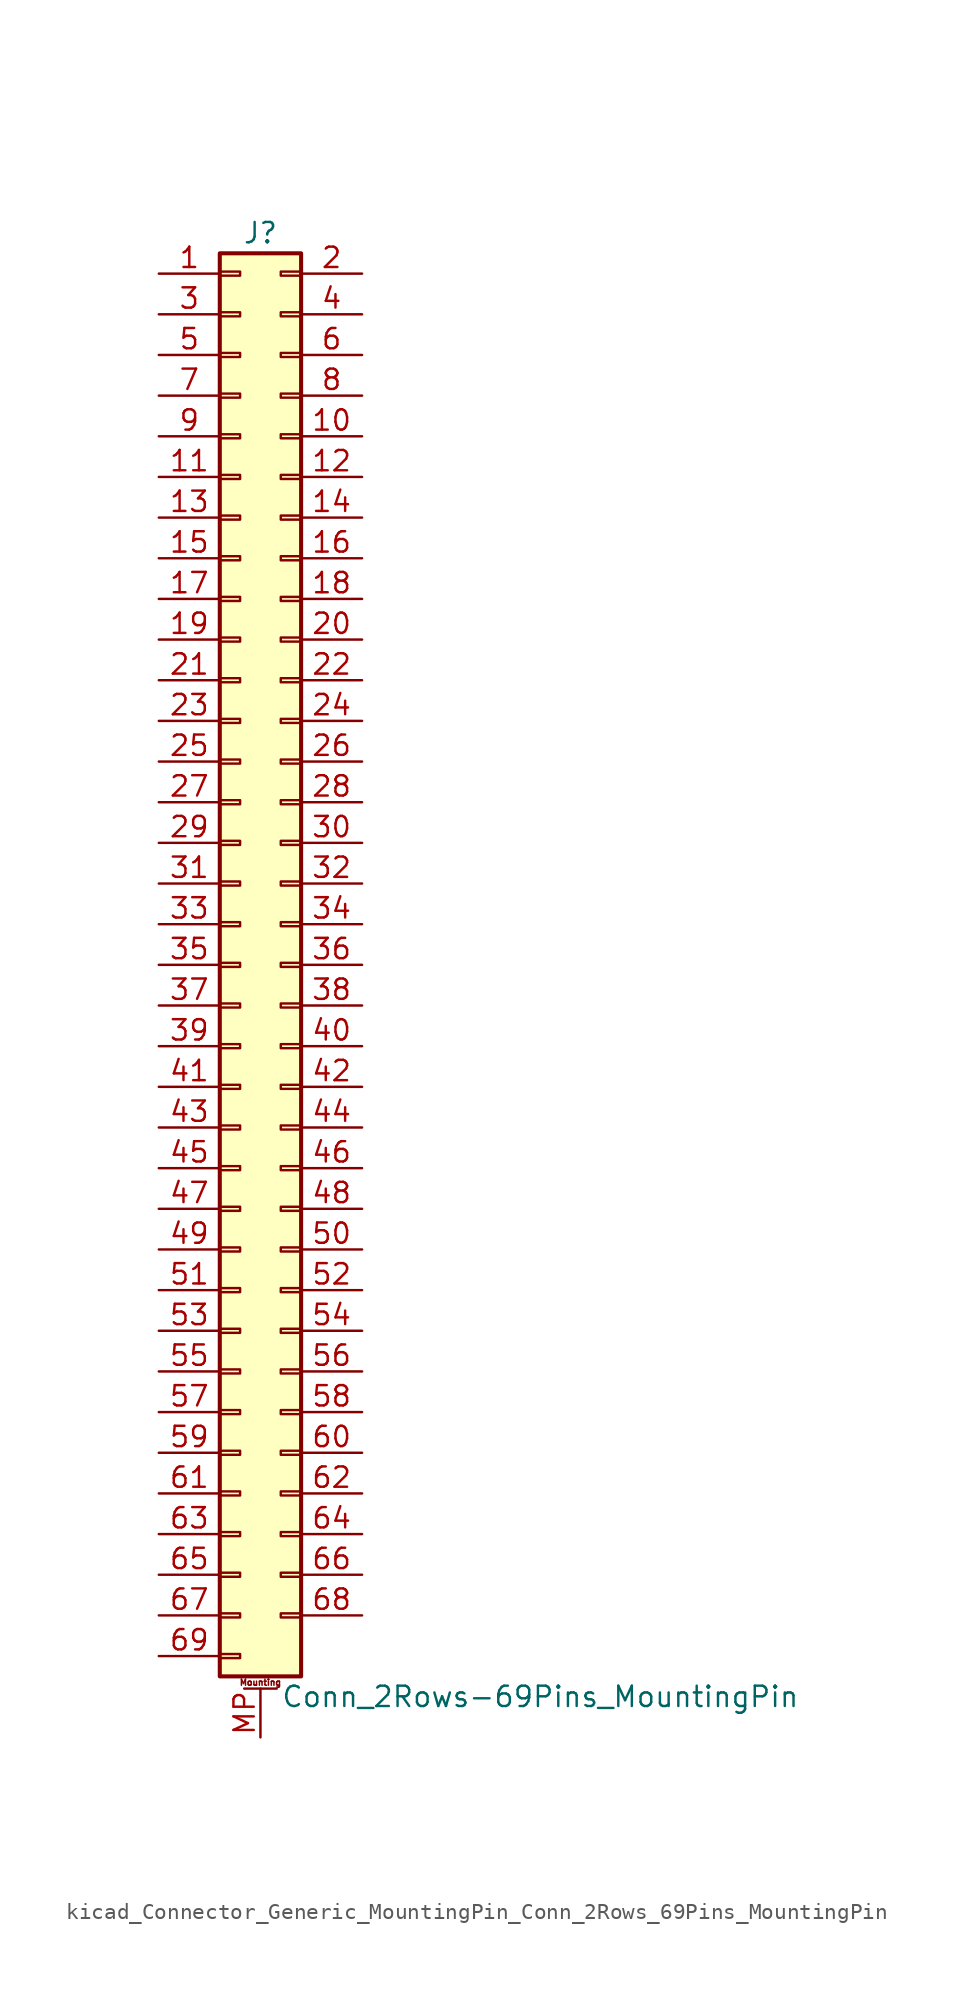
<source format=kicad_sym>
(kicad_symbol_lib
  (version 20220914)
  (generator kicad_symbol_editor)
  (symbol "kicad_Connector_Generic_MountingPin_Conn_2Rows_69Pins_MountingPin"
    (pin_names
      (offset 1.016) hide)
    (property "Reference" "J"
      (at 1.27 45.72 0)
      (effects (font (size 1.27 1.27))))
    (property "Value" "Conn_2Rows-69Pins_MountingPin"
      (at 2.54 -45.72 0)
      (effects (font (size 1.27 1.27)) (justify left)))
    (symbol "kicad_Connector_Generic_MountingPin_Conn_2Rows_69Pins_MountingPin_1_1"
      (rectangle (start -1.27 -43.053) (end 0 -43.307) (stroke (width 0.152) (type default)) (fill (type none)))
      (rectangle (start -1.27 -40.513) (end 0 -40.767) (stroke (width 0.152) (type default)) (fill (type none)))
      (rectangle (start -1.27 -37.973) (end 0 -38.227) (stroke (width 0.152) (type default)) (fill (type none)))
      (rectangle (start -1.27 -35.433) (end 0 -35.687) (stroke (width 0.152) (type default)) (fill (type none)))
      (rectangle (start -1.27 -32.893) (end 0 -33.147) (stroke (width 0.152) (type default)) (fill (type none)))
      (rectangle (start -1.27 -30.353) (end 0 -30.607) (stroke (width 0.152) (type default)) (fill (type none)))
      (rectangle (start -1.27 -27.813) (end 0 -28.067) (stroke (width 0.152) (type default)) (fill (type none)))
      (rectangle (start -1.27 -25.273) (end 0 -25.527) (stroke (width 0.152) (type default)) (fill (type none)))
      (rectangle (start -1.27 -22.733) (end 0 -22.987) (stroke (width 0.152) (type default)) (fill (type none)))
      (rectangle (start -1.27 -20.193) (end 0 -20.447) (stroke (width 0.152) (type default)) (fill (type none)))
      (rectangle (start -1.27 -17.653) (end 0 -17.907) (stroke (width 0.152) (type default)) (fill (type none)))
      (rectangle (start -1.27 -15.113) (end 0 -15.367) (stroke (width 0.152) (type default)) (fill (type none)))
      (rectangle (start -1.27 -12.573) (end 0 -12.827) (stroke (width 0.152) (type default)) (fill (type none)))
      (rectangle (start -1.27 -10.033) (end 0 -10.287) (stroke (width 0.152) (type default)) (fill (type none)))
      (rectangle (start -1.27 -7.493) (end 0 -7.747) (stroke (width 0.152) (type default)) (fill (type none)))
      (rectangle (start -1.27 -4.953) (end 0 -5.207) (stroke (width 0.152) (type default)) (fill (type none)))
      (rectangle (start -1.27 -2.413) (end 0 -2.667) (stroke (width 0.152) (type default)) (fill (type none)))
      (rectangle (start -1.27 0.127) (end 0 -0.127) (stroke (width 0.152) (type default)) (fill (type none)))
      (rectangle (start -1.27 2.667) (end 0 2.413) (stroke (width 0.152) (type default)) (fill (type none)))
      (rectangle (start -1.27 5.207) (end 0 4.953) (stroke (width 0.152) (type default)) (fill (type none)))
      (rectangle (start -1.27 7.747) (end 0 7.493) (stroke (width 0.152) (type default)) (fill (type none)))
      (rectangle (start -1.27 10.287) (end 0 10.033) (stroke (width 0.152) (type default)) (fill (type none)))
      (rectangle (start -1.27 12.827) (end 0 12.573) (stroke (width 0.152) (type default)) (fill (type none)))
      (rectangle (start -1.27 15.367) (end 0 15.113) (stroke (width 0.152) (type default)) (fill (type none)))
      (rectangle (start -1.27 17.907) (end 0 17.653) (stroke (width 0.152) (type default)) (fill (type none)))
      (rectangle (start -1.27 20.447) (end 0 20.193) (stroke (width 0.152) (type default)) (fill (type none)))
      (rectangle (start -1.27 22.987) (end 0 22.733) (stroke (width 0.152) (type default)) (fill (type none)))
      (rectangle (start -1.27 25.527) (end 0 25.273) (stroke (width 0.152) (type default)) (fill (type none)))
      (rectangle (start -1.27 28.067) (end 0 27.813) (stroke (width 0.152) (type default)) (fill (type none)))
      (rectangle (start -1.27 30.607) (end 0 30.353) (stroke (width 0.152) (type default)) (fill (type none)))
      (rectangle (start -1.27 33.147) (end 0 32.893) (stroke (width 0.152) (type default)) (fill (type none)))
      (rectangle (start -1.27 35.687) (end 0 35.433) (stroke (width 0.152) (type default)) (fill (type none)))
      (rectangle (start -1.27 38.227) (end 0 37.973) (stroke (width 0.152) (type default)) (fill (type none)))
      (rectangle (start -1.27 40.767) (end 0 40.513) (stroke (width 0.152) (type default)) (fill (type none)))
      (rectangle (start -1.27 43.307) (end 0 43.053) (stroke (width 0.152) (type default)) (fill (type none)))
      (rectangle (start -1.27 44.45) (end 3.81 -44.45) (stroke (width 0.254) (type default)) (fill (type background)))
      (polyline (pts (xy 0.254 -45.212) (xy 2.286 -45.212)) (stroke (width 0.152) (type default)) (fill (type none)))
      (rectangle (start 3.81 -40.513) (end 2.54 -40.767) (stroke (width 0.152) (type default)) (fill (type none)))
      (rectangle (start 3.81 -37.973) (end 2.54 -38.227) (stroke (width 0.152) (type default)) (fill (type none)))
      (rectangle (start 3.81 -35.433) (end 2.54 -35.687) (stroke (width 0.152) (type default)) (fill (type none)))
      (rectangle (start 3.81 -32.893) (end 2.54 -33.147) (stroke (width 0.152) (type default)) (fill (type none)))
      (rectangle (start 3.81 -30.353) (end 2.54 -30.607) (stroke (width 0.152) (type default)) (fill (type none)))
      (rectangle (start 3.81 -27.813) (end 2.54 -28.067) (stroke (width 0.152) (type default)) (fill (type none)))
      (rectangle (start 3.81 -25.273) (end 2.54 -25.527) (stroke (width 0.152) (type default)) (fill (type none)))
      (rectangle (start 3.81 -22.733) (end 2.54 -22.987) (stroke (width 0.152) (type default)) (fill (type none)))
      (rectangle (start 3.81 -20.193) (end 2.54 -20.447) (stroke (width 0.152) (type default)) (fill (type none)))
      (rectangle (start 3.81 -17.653) (end 2.54 -17.907) (stroke (width 0.152) (type default)) (fill (type none)))
      (rectangle (start 3.81 -15.113) (end 2.54 -15.367) (stroke (width 0.152) (type default)) (fill (type none)))
      (rectangle (start 3.81 -12.573) (end 2.54 -12.827) (stroke (width 0.152) (type default)) (fill (type none)))
      (rectangle (start 3.81 -10.033) (end 2.54 -10.287) (stroke (width 0.152) (type default)) (fill (type none)))
      (rectangle (start 3.81 -7.493) (end 2.54 -7.747) (stroke (width 0.152) (type default)) (fill (type none)))
      (rectangle (start 3.81 -4.953) (end 2.54 -5.207) (stroke (width 0.152) (type default)) (fill (type none)))
      (rectangle (start 3.81 -2.413) (end 2.54 -2.667) (stroke (width 0.152) (type default)) (fill (type none)))
      (rectangle (start 3.81 0.127) (end 2.54 -0.127) (stroke (width 0.152) (type default)) (fill (type none)))
      (rectangle (start 3.81 2.667) (end 2.54 2.413) (stroke (width 0.152) (type default)) (fill (type none)))
      (rectangle (start 3.81 5.207) (end 2.54 4.953) (stroke (width 0.152) (type default)) (fill (type none)))
      (rectangle (start 3.81 7.747) (end 2.54 7.493) (stroke (width 0.152) (type default)) (fill (type none)))
      (rectangle (start 3.81 10.287) (end 2.54 10.033) (stroke (width 0.152) (type default)) (fill (type none)))
      (rectangle (start 3.81 12.827) (end 2.54 12.573) (stroke (width 0.152) (type default)) (fill (type none)))
      (rectangle (start 3.81 15.367) (end 2.54 15.113) (stroke (width 0.152) (type default)) (fill (type none)))
      (rectangle (start 3.81 17.907) (end 2.54 17.653) (stroke (width 0.152) (type default)) (fill (type none)))
      (rectangle (start 3.81 20.447) (end 2.54 20.193) (stroke (width 0.152) (type default)) (fill (type none)))
      (rectangle (start 3.81 22.987) (end 2.54 22.733) (stroke (width 0.152) (type default)) (fill (type none)))
      (rectangle (start 3.81 25.527) (end 2.54 25.273) (stroke (width 0.152) (type default)) (fill (type none)))
      (rectangle (start 3.81 28.067) (end 2.54 27.813) (stroke (width 0.152) (type default)) (fill (type none)))
      (rectangle (start 3.81 30.607) (end 2.54 30.353) (stroke (width 0.152) (type default)) (fill (type none)))
      (rectangle (start 3.81 33.147) (end 2.54 32.893) (stroke (width 0.152) (type default)) (fill (type none)))
      (rectangle (start 3.81 35.687) (end 2.54 35.433) (stroke (width 0.152) (type default)) (fill (type none)))
      (rectangle (start 3.81 38.227) (end 2.54 37.973) (stroke (width 0.152) (type default)) (fill (type none)))
      (rectangle (start 3.81 40.767) (end 2.54 40.513) (stroke (width 0.152) (type default)) (fill (type none)))
      (rectangle (start 3.81 43.307) (end 2.54 43.053) (stroke (width 0.152) (type default)) (fill (type none)))
      (text "Mounting" (at 1.27 -44.831 0) (effects (font (size 0.381 0.381))))
      (pin passive line (at -5.08 43.18 0) (length 3.81) (name "Pin_1" (effects (font (size 1.27 1.27)))) (number "1" (effects (font (size 1.27 1.27)))))
      (pin passive line (at 7.62 33.02 180) (length 3.81) (name "Pin_10" (effects (font (size 1.27 1.27)))) (number "10" (effects (font (size 1.27 1.27)))))
      (pin passive line (at -5.08 30.48 0) (length 3.81) (name "Pin_11" (effects (font (size 1.27 1.27)))) (number "11" (effects (font (size 1.27 1.27)))))
      (pin passive line (at 7.62 30.48 180) (length 3.81) (name "Pin_12" (effects (font (size 1.27 1.27)))) (number "12" (effects (font (size 1.27 1.27)))))
      (pin passive line (at -5.08 27.94 0) (length 3.81) (name "Pin_13" (effects (font (size 1.27 1.27)))) (number "13" (effects (font (size 1.27 1.27)))))
      (pin passive line (at 7.62 27.94 180) (length 3.81) (name "Pin_14" (effects (font (size 1.27 1.27)))) (number "14" (effects (font (size 1.27 1.27)))))
      (pin passive line (at -5.08 25.4 0) (length 3.81) (name "Pin_15" (effects (font (size 1.27 1.27)))) (number "15" (effects (font (size 1.27 1.27)))))
      (pin passive line (at 7.62 25.4 180) (length 3.81) (name "Pin_16" (effects (font (size 1.27 1.27)))) (number "16" (effects (font (size 1.27 1.27)))))
      (pin passive line (at -5.08 22.86 0) (length 3.81) (name "Pin_17" (effects (font (size 1.27 1.27)))) (number "17" (effects (font (size 1.27 1.27)))))
      (pin passive line (at 7.62 22.86 180) (length 3.81) (name "Pin_18" (effects (font (size 1.27 1.27)))) (number "18" (effects (font (size 1.27 1.27)))))
      (pin passive line (at -5.08 20.32 0) (length 3.81) (name "Pin_19" (effects (font (size 1.27 1.27)))) (number "19" (effects (font (size 1.27 1.27)))))
      (pin passive line (at 7.62 43.18 180) (length 3.81) (name "Pin_2" (effects (font (size 1.27 1.27)))) (number "2" (effects (font (size 1.27 1.27)))))
      (pin passive line (at 7.62 20.32 180) (length 3.81) (name "Pin_20" (effects (font (size 1.27 1.27)))) (number "20" (effects (font (size 1.27 1.27)))))
      (pin passive line (at -5.08 17.78 0) (length 3.81) (name "Pin_21" (effects (font (size 1.27 1.27)))) (number "21" (effects (font (size 1.27 1.27)))))
      (pin passive line (at 7.62 17.78 180) (length 3.81) (name "Pin_22" (effects (font (size 1.27 1.27)))) (number "22" (effects (font (size 1.27 1.27)))))
      (pin passive line (at -5.08 15.24 0) (length 3.81) (name "Pin_23" (effects (font (size 1.27 1.27)))) (number "23" (effects (font (size 1.27 1.27)))))
      (pin passive line (at 7.62 15.24 180) (length 3.81) (name "Pin_24" (effects (font (size 1.27 1.27)))) (number "24" (effects (font (size 1.27 1.27)))))
      (pin passive line (at -5.08 12.7 0) (length 3.81) (name "Pin_25" (effects (font (size 1.27 1.27)))) (number "25" (effects (font (size 1.27 1.27)))))
      (pin passive line (at 7.62 12.7 180) (length 3.81) (name "Pin_26" (effects (font (size 1.27 1.27)))) (number "26" (effects (font (size 1.27 1.27)))))
      (pin passive line (at -5.08 10.16 0) (length 3.81) (name "Pin_27" (effects (font (size 1.27 1.27)))) (number "27" (effects (font (size 1.27 1.27)))))
      (pin passive line (at 7.62 10.16 180) (length 3.81) (name "Pin_28" (effects (font (size 1.27 1.27)))) (number "28" (effects (font (size 1.27 1.27)))))
      (pin passive line (at -5.08 7.62 0) (length 3.81) (name "Pin_29" (effects (font (size 1.27 1.27)))) (number "29" (effects (font (size 1.27 1.27)))))
      (pin passive line (at -5.08 40.64 0) (length 3.81) (name "Pin_3" (effects (font (size 1.27 1.27)))) (number "3" (effects (font (size 1.27 1.27)))))
      (pin passive line (at 7.62 7.62 180) (length 3.81) (name "Pin_30" (effects (font (size 1.27 1.27)))) (number "30" (effects (font (size 1.27 1.27)))))
      (pin passive line (at -5.08 5.08 0) (length 3.81) (name "Pin_31" (effects (font (size 1.27 1.27)))) (number "31" (effects (font (size 1.27 1.27)))))
      (pin passive line (at 7.62 5.08 180) (length 3.81) (name "Pin_32" (effects (font (size 1.27 1.27)))) (number "32" (effects (font (size 1.27 1.27)))))
      (pin passive line (at -5.08 2.54 0) (length 3.81) (name "Pin_33" (effects (font (size 1.27 1.27)))) (number "33" (effects (font (size 1.27 1.27)))))
      (pin passive line (at 7.62 2.54 180) (length 3.81) (name "Pin_34" (effects (font (size 1.27 1.27)))) (number "34" (effects (font (size 1.27 1.27)))))
      (pin passive line (at -5.08 0 0) (length 3.81) (name "Pin_35" (effects (font (size 1.27 1.27)))) (number "35" (effects (font (size 1.27 1.27)))))
      (pin passive line (at 7.62 0 180) (length 3.81) (name "Pin_36" (effects (font (size 1.27 1.27)))) (number "36" (effects (font (size 1.27 1.27)))))
      (pin passive line (at -5.08 -2.54 0) (length 3.81) (name "Pin_37" (effects (font (size 1.27 1.27)))) (number "37" (effects (font (size 1.27 1.27)))))
      (pin passive line (at 7.62 -2.54 180) (length 3.81) (name "Pin_38" (effects (font (size 1.27 1.27)))) (number "38" (effects (font (size 1.27 1.27)))))
      (pin passive line (at -5.08 -5.08 0) (length 3.81) (name "Pin_39" (effects (font (size 1.27 1.27)))) (number "39" (effects (font (size 1.27 1.27)))))
      (pin passive line (at 7.62 40.64 180) (length 3.81) (name "Pin_4" (effects (font (size 1.27 1.27)))) (number "4" (effects (font (size 1.27 1.27)))))
      (pin passive line (at 7.62 -5.08 180) (length 3.81) (name "Pin_40" (effects (font (size 1.27 1.27)))) (number "40" (effects (font (size 1.27 1.27)))))
      (pin passive line (at -5.08 -7.62 0) (length 3.81) (name "Pin_41" (effects (font (size 1.27 1.27)))) (number "41" (effects (font (size 1.27 1.27)))))
      (pin passive line (at 7.62 -7.62 180) (length 3.81) (name "Pin_42" (effects (font (size 1.27 1.27)))) (number "42" (effects (font (size 1.27 1.27)))))
      (pin passive line (at -5.08 -10.16 0) (length 3.81) (name "Pin_43" (effects (font (size 1.27 1.27)))) (number "43" (effects (font (size 1.27 1.27)))))
      (pin passive line (at 7.62 -10.16 180) (length 3.81) (name "Pin_44" (effects (font (size 1.27 1.27)))) (number "44" (effects (font (size 1.27 1.27)))))
      (pin passive line (at -5.08 -12.7 0) (length 3.81) (name "Pin_45" (effects (font (size 1.27 1.27)))) (number "45" (effects (font (size 1.27 1.27)))))
      (pin passive line (at 7.62 -12.7 180) (length 3.81) (name "Pin_46" (effects (font (size 1.27 1.27)))) (number "46" (effects (font (size 1.27 1.27)))))
      (pin passive line (at -5.08 -15.24 0) (length 3.81) (name "Pin_47" (effects (font (size 1.27 1.27)))) (number "47" (effects (font (size 1.27 1.27)))))
      (pin passive line (at 7.62 -15.24 180) (length 3.81) (name "Pin_48" (effects (font (size 1.27 1.27)))) (number "48" (effects (font (size 1.27 1.27)))))
      (pin passive line (at -5.08 -17.78 0) (length 3.81) (name "Pin_49" (effects (font (size 1.27 1.27)))) (number "49" (effects (font (size 1.27 1.27)))))
      (pin passive line (at -5.08 38.1 0) (length 3.81) (name "Pin_5" (effects (font (size 1.27 1.27)))) (number "5" (effects (font (size 1.27 1.27)))))
      (pin passive line (at 7.62 -17.78 180) (length 3.81) (name "Pin_50" (effects (font (size 1.27 1.27)))) (number "50" (effects (font (size 1.27 1.27)))))
      (pin passive line (at -5.08 -20.32 0) (length 3.81) (name "Pin_51" (effects (font (size 1.27 1.27)))) (number "51" (effects (font (size 1.27 1.27)))))
      (pin passive line (at 7.62 -20.32 180) (length 3.81) (name "Pin_52" (effects (font (size 1.27 1.27)))) (number "52" (effects (font (size 1.27 1.27)))))
      (pin passive line (at -5.08 -22.86 0) (length 3.81) (name "Pin_53" (effects (font (size 1.27 1.27)))) (number "53" (effects (font (size 1.27 1.27)))))
      (pin passive line (at 7.62 -22.86 180) (length 3.81) (name "Pin_54" (effects (font (size 1.27 1.27)))) (number "54" (effects (font (size 1.27 1.27)))))
      (pin passive line (at -5.08 -25.4 0) (length 3.81) (name "Pin_55" (effects (font (size 1.27 1.27)))) (number "55" (effects (font (size 1.27 1.27)))))
      (pin passive line (at 7.62 -25.4 180) (length 3.81) (name "Pin_56" (effects (font (size 1.27 1.27)))) (number "56" (effects (font (size 1.27 1.27)))))
      (pin passive line (at -5.08 -27.94 0) (length 3.81) (name "Pin_57" (effects (font (size 1.27 1.27)))) (number "57" (effects (font (size 1.27 1.27)))))
      (pin passive line (at 7.62 -27.94 180) (length 3.81) (name "Pin_58" (effects (font (size 1.27 1.27)))) (number "58" (effects (font (size 1.27 1.27)))))
      (pin passive line (at -5.08 -30.48 0) (length 3.81) (name "Pin_59" (effects (font (size 1.27 1.27)))) (number "59" (effects (font (size 1.27 1.27)))))
      (pin passive line (at 7.62 38.1 180) (length 3.81) (name "Pin_6" (effects (font (size 1.27 1.27)))) (number "6" (effects (font (size 1.27 1.27)))))
      (pin passive line (at 7.62 -30.48 180) (length 3.81) (name "Pin_60" (effects (font (size 1.27 1.27)))) (number "60" (effects (font (size 1.27 1.27)))))
      (pin passive line (at -5.08 -33.02 0) (length 3.81) (name "Pin_61" (effects (font (size 1.27 1.27)))) (number "61" (effects (font (size 1.27 1.27)))))
      (pin passive line (at 7.62 -33.02 180) (length 3.81) (name "Pin_62" (effects (font (size 1.27 1.27)))) (number "62" (effects (font (size 1.27 1.27)))))
      (pin passive line (at -5.08 -35.56 0) (length 3.81) (name "Pin_63" (effects (font (size 1.27 1.27)))) (number "63" (effects (font (size 1.27 1.27)))))
      (pin passive line (at 7.62 -35.56 180) (length 3.81) (name "Pin_64" (effects (font (size 1.27 1.27)))) (number "64" (effects (font (size 1.27 1.27)))))
      (pin passive line (at -5.08 -38.1 0) (length 3.81) (name "Pin_65" (effects (font (size 1.27 1.27)))) (number "65" (effects (font (size 1.27 1.27)))))
      (pin passive line (at 7.62 -38.1 180) (length 3.81) (name "Pin_66" (effects (font (size 1.27 1.27)))) (number "66" (effects (font (size 1.27 1.27)))))
      (pin passive line (at -5.08 -40.64 0) (length 3.81) (name "Pin_67" (effects (font (size 1.27 1.27)))) (number "67" (effects (font (size 1.27 1.27)))))
      (pin passive line (at 7.62 -40.64 180) (length 3.81) (name "Pin_68" (effects (font (size 1.27 1.27)))) (number "68" (effects (font (size 1.27 1.27)))))
      (pin passive line (at -5.08 -43.18 0) (length 3.81) (name "Pin_69" (effects (font (size 1.27 1.27)))) (number "69" (effects (font (size 1.27 1.27)))))
      (pin passive line (at -5.08 35.56 0) (length 3.81) (name "Pin_7" (effects (font (size 1.27 1.27)))) (number "7" (effects (font (size 1.27 1.27)))))
      (pin passive line (at 7.62 35.56 180) (length 3.81) (name "Pin_8" (effects (font (size 1.27 1.27)))) (number "8" (effects (font (size 1.27 1.27)))))
      (pin passive line (at -5.08 33.02 0) (length 3.81) (name "Pin_9" (effects (font (size 1.27 1.27)))) (number "9" (effects (font (size 1.27 1.27)))))
      (pin passive line (at 1.27 -48.26 90) (length 3.048) (name "MountPin" (effects (font (size 1.27 1.27)))) (number "MP" (effects (font (size 1.27 1.27))))))))
</source>
